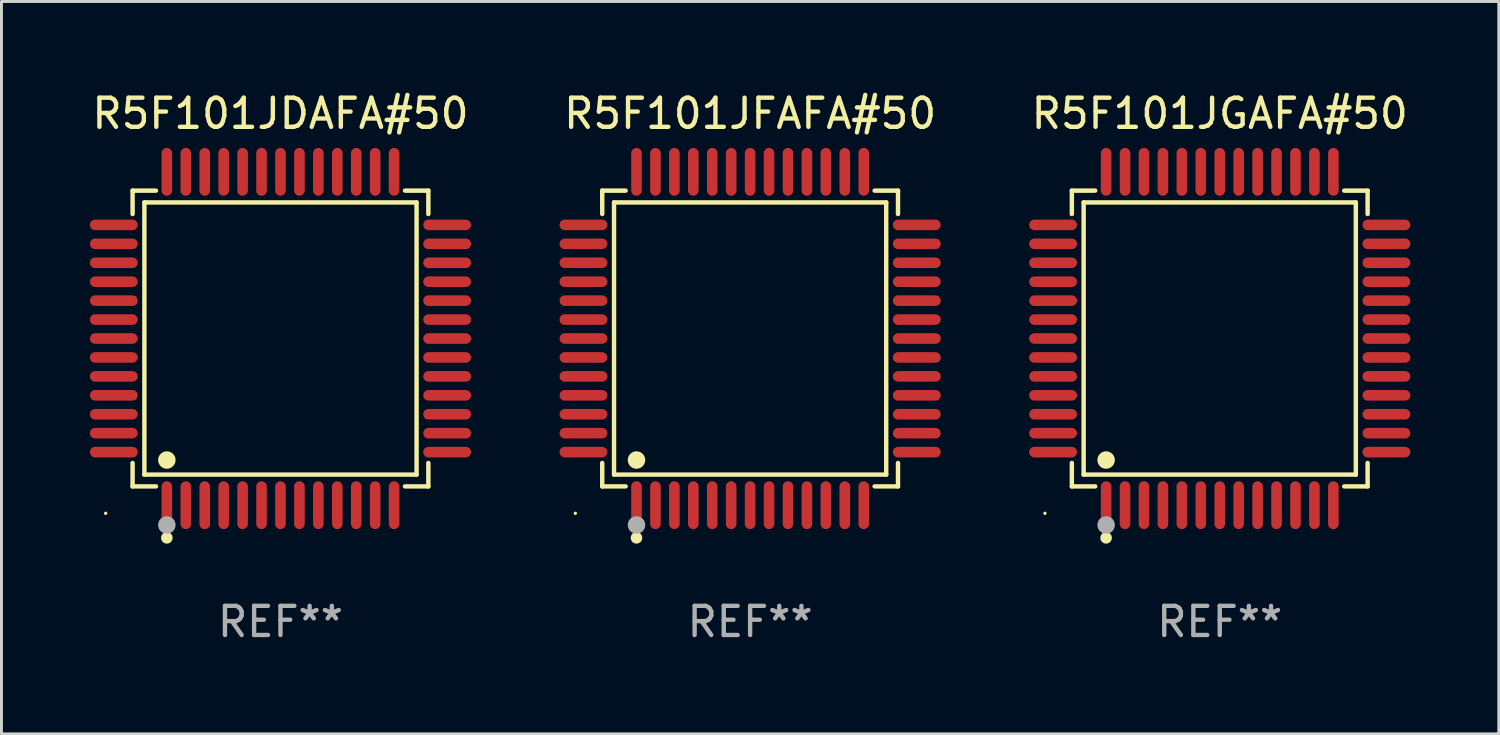
<source format=kicad_pcb>
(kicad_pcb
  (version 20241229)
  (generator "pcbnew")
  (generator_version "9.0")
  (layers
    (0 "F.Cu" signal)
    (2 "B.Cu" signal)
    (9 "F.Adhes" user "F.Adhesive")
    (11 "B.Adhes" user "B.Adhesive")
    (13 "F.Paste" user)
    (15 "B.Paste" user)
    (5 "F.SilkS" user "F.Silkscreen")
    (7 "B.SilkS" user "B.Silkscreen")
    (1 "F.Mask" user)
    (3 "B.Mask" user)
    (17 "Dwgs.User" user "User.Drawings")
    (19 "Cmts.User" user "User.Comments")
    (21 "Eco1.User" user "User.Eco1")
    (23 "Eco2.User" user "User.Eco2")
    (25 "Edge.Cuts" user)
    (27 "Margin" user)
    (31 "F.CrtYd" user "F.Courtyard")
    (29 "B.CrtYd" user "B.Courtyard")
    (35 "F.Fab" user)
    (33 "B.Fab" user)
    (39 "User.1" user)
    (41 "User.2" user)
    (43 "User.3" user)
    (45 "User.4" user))
  (footprint "R5F101JFAFA#50"
    (layer "F.Cu")
    (at 22.697 8.569)
    (property "Reference" "R5F101JFAFA#50" (at 0 -7.721 0) (layer "F.SilkS") (effects (font (size 1 1) (thickness 0.15))))
    (attr through_hole)
    (fp_line (start -5.076 -5.076) (end -4.273 -5.076) (stroke (width 0.152) (type solid)) (layer "F.SilkS"))
    (fp_line (start -5.076 -4.273) (end -5.076 -5.076) (stroke (width 0.152) (type solid)) (layer "F.SilkS"))
    (fp_line (start -5.076 4.273) (end -5.076 5.076) (stroke (width 0.152) (type solid)) (layer "F.SilkS"))
    (fp_line (start -5.076 5.076) (end -4.273 5.076) (stroke (width 0.152) (type solid)) (layer "F.SilkS"))
    (fp_line (start -4.671 -4.671) (end 4.671 -4.671) (stroke (width 0.152) (type solid)) (layer "F.SilkS"))
    (fp_line (start -4.671 4.671) (end -4.671 -4.671) (stroke (width 0.152) (type solid)) (layer "F.SilkS"))
    (fp_line (start 4.671 -4.671) (end 4.671 4.671) (stroke (width 0.152) (type solid)) (layer "F.SilkS"))
    (fp_line (start 4.671 4.671) (end -4.671 4.671) (stroke (width 0.152) (type solid)) (layer "F.SilkS"))
    (fp_line (start 5.076 -5.076) (end 4.273 -5.076) (stroke (width 0.152) (type solid)) (layer "F.SilkS"))
    (fp_line (start 5.076 -4.273) (end 5.076 -5.076) (stroke (width 0.152) (type solid)) (layer "F.SilkS"))
    (fp_line (start 5.076 4.273) (end 5.076 5.076) (stroke (width 0.152) (type solid)) (layer "F.SilkS"))
    (fp_line (start 5.076 5.076) (end 4.273 5.076) (stroke (width 0.152) (type solid)) (layer "F.SilkS"))
    (fp_circle (center -6 6) (end -5.97 6) (stroke (width 0.06) (type solid)) (fill no) (layer "F.SilkS"))
    (fp_circle (center -3.9 4.171) (end -3.75 4.171) (stroke (width 0.3) (type solid)) (fill no) (layer "F.SilkS"))
    (fp_circle (center -3.9 6.842) (end -3.8 6.842) (stroke (width 0.2) (type solid)) (fill no) (layer "F.SilkS"))
    (fp_circle (center -3.9 6.4) (end -3.75 6.4) (stroke (width 0.3) (type solid)) (fill no) (layer "F.Fab"))
    (fp_text user "REF**" (at 0 9.721 0) (layer "F.Fab") (effects (font (size 1 1) (thickness 0.15))))
    (pad "1" smd oval (at -3.9 5.721) (size 0.364 1.642) (layers "F.Cu" "F.Mask" "F.Paste"))
    (pad "2" smd oval (at -3.25 5.721) (size 0.364 1.642) (layers "F.Cu" "F.Mask" "F.Paste"))
    (pad "3" smd oval (at -2.6 5.721) (size 0.364 1.642) (layers "F.Cu" "F.Mask" "F.Paste"))
    (pad "4" smd oval (at -1.95 5.721) (size 0.364 1.642) (layers "F.Cu" "F.Mask" "F.Paste"))
    (pad "5" smd oval (at -1.3 5.721) (size 0.364 1.642) (layers "F.Cu" "F.Mask" "F.Paste"))
    (pad "6" smd oval (at -0.65 5.721) (size 0.364 1.642) (layers "F.Cu" "F.Mask" "F.Paste"))
    (pad "7" smd oval (at 0 5.721) (size 0.364 1.642) (layers "F.Cu" "F.Mask" "F.Paste"))
    (pad "8" smd oval (at 0.65 5.721) (size 0.364 1.642) (layers "F.Cu" "F.Mask" "F.Paste"))
    (pad "9" smd oval (at 1.3 5.721) (size 0.364 1.642) (layers "F.Cu" "F.Mask" "F.Paste"))
    (pad "10" smd oval (at 1.95 5.721) (size 0.364 1.642) (layers "F.Cu" "F.Mask" "F.Paste"))
    (pad "11" smd oval (at 2.6 5.721) (size 0.364 1.642) (layers "F.Cu" "F.Mask" "F.Paste"))
    (pad "12" smd oval (at 3.25 5.721) (size 0.364 1.642) (layers "F.Cu" "F.Mask" "F.Paste"))
    (pad "13" smd oval (at 3.9 5.721) (size 0.364 1.642) (layers "F.Cu" "F.Mask" "F.Paste"))
    (pad "14" smd oval (at 5.721 3.9) (size 1.642 0.364) (layers "F.Cu" "F.Mask" "F.Paste"))
    (pad "15" smd oval (at 5.721 3.25) (size 1.642 0.364) (layers "F.Cu" "F.Mask" "F.Paste"))
    (pad "16" smd oval (at 5.721 2.6) (size 1.642 0.364) (layers "F.Cu" "F.Mask" "F.Paste"))
    (pad "17" smd oval (at 5.721 1.95) (size 1.642 0.364) (layers "F.Cu" "F.Mask" "F.Paste"))
    (pad "18" smd oval (at 5.721 1.3) (size 1.642 0.364) (layers "F.Cu" "F.Mask" "F.Paste"))
    (pad "19" smd oval (at 5.721 0.65) (size 1.642 0.364) (layers "F.Cu" "F.Mask" "F.Paste"))
    (pad "20" smd oval (at 5.721 0) (size 1.642 0.364) (layers "F.Cu" "F.Mask" "F.Paste"))
    (pad "21" smd oval (at 5.721 -0.65) (size 1.642 0.364) (layers "F.Cu" "F.Mask" "F.Paste"))
    (pad "22" smd oval (at 5.721 -1.3) (size 1.642 0.364) (layers "F.Cu" "F.Mask" "F.Paste"))
    (pad "23" smd oval (at 5.721 -1.95) (size 1.642 0.364) (layers "F.Cu" "F.Mask" "F.Paste"))
    (pad "24" smd oval (at 5.721 -2.6) (size 1.642 0.364) (layers "F.Cu" "F.Mask" "F.Paste"))
    (pad "25" smd oval (at 5.721 -3.25) (size 1.642 0.364) (layers "F.Cu" "F.Mask" "F.Paste"))
    (pad "26" smd oval (at 5.721 -3.9) (size 1.642 0.364) (layers "F.Cu" "F.Mask" "F.Paste"))
    (pad "27" smd oval (at 3.9 -5.721) (size 0.364 1.642) (layers "F.Cu" "F.Mask" "F.Paste"))
    (pad "28" smd oval (at 3.25 -5.721) (size 0.364 1.642) (layers "F.Cu" "F.Mask" "F.Paste"))
    (pad "29" smd oval (at 2.6 -5.721) (size 0.364 1.642) (layers "F.Cu" "F.Mask" "F.Paste"))
    (pad "30" smd oval (at 1.95 -5.721) (size 0.364 1.642) (layers "F.Cu" "F.Mask" "F.Paste"))
    (pad "31" smd oval (at 1.3 -5.721) (size 0.364 1.642) (layers "F.Cu" "F.Mask" "F.Paste"))
    (pad "32" smd oval (at 0.65 -5.721) (size 0.364 1.642) (layers "F.Cu" "F.Mask" "F.Paste"))
    (pad "33" smd oval (at 0 -5.721) (size 0.364 1.642) (layers "F.Cu" "F.Mask" "F.Paste"))
    (pad "34" smd oval (at -0.65 -5.721) (size 0.364 1.642) (layers "F.Cu" "F.Mask" "F.Paste"))
    (pad "35" smd oval (at -1.3 -5.721) (size 0.364 1.642) (layers "F.Cu" "F.Mask" "F.Paste"))
    (pad "36" smd oval (at -1.95 -5.721) (size 0.364 1.642) (layers "F.Cu" "F.Mask" "F.Paste"))
    (pad "37" smd oval (at -2.6 -5.721) (size 0.364 1.642) (layers "F.Cu" "F.Mask" "F.Paste"))
    (pad "38" smd oval (at -3.25 -5.721) (size 0.364 1.642) (layers "F.Cu" "F.Mask" "F.Paste"))
    (pad "39" smd oval (at -3.9 -5.721) (size 0.364 1.642) (layers "F.Cu" "F.Mask" "F.Paste"))
    (pad "40" smd oval (at -5.721 -3.9) (size 1.642 0.364) (layers "F.Cu" "F.Mask" "F.Paste"))
    (pad "41" smd oval (at -5.721 -3.25) (size 1.642 0.364) (layers "F.Cu" "F.Mask" "F.Paste"))
    (pad "42" smd oval (at -5.721 -2.6) (size 1.642 0.364) (layers "F.Cu" "F.Mask" "F.Paste"))
    (pad "43" smd oval (at -5.721 -1.95) (size 1.642 0.364) (layers "F.Cu" "F.Mask" "F.Paste"))
    (pad "44" smd oval (at -5.721 -1.3) (size 1.642 0.364) (layers "F.Cu" "F.Mask" "F.Paste"))
    (pad "45" smd oval (at -5.721 -0.65) (size 1.642 0.364) (layers "F.Cu" "F.Mask" "F.Paste"))
    (pad "46" smd oval (at -5.721 0) (size 1.642 0.364) (layers "F.Cu" "F.Mask" "F.Paste"))
    (pad "47" smd oval (at -5.721 0.65) (size 1.642 0.364) (layers "F.Cu" "F.Mask" "F.Paste"))
    (pad "48" smd oval (at -5.721 1.3) (size 1.642 0.364) (layers "F.Cu" "F.Mask" "F.Paste"))
    (pad "49" smd oval (at -5.721 1.95) (size 1.642 0.364) (layers "F.Cu" "F.Mask" "F.Paste"))
    (pad "50" smd oval (at -5.721 2.6) (size 1.642 0.364) (layers "F.Cu" "F.Mask" "F.Paste"))
    (pad "51" smd oval (at -5.721 3.25) (size 1.642 0.364) (layers "F.Cu" "F.Mask" "F.Paste"))
    (pad "52" smd oval (at -5.721 3.9) (size 1.642 0.364) (layers "F.Cu" "F.Mask" "F.Paste")))
  (footprint "R5F101JDAFA#50"
    (layer "F.Cu")
    (at 6.577 8.569)
    (property "Reference" "R5F101JDAFA#50" (at 0 -7.721 0) (layer "F.SilkS") (effects (font (size 1 1) (thickness 0.15))))
    (attr through_hole)
    (fp_line (start -5.076 -5.076) (end -4.273 -5.076) (stroke (width 0.152) (type solid)) (layer "F.SilkS"))
    (fp_line (start -5.076 -4.273) (end -5.076 -5.076) (stroke (width 0.152) (type solid)) (layer "F.SilkS"))
    (fp_line (start -5.076 4.273) (end -5.076 5.076) (stroke (width 0.152) (type solid)) (layer "F.SilkS"))
    (fp_line (start -5.076 5.076) (end -4.273 5.076) (stroke (width 0.152) (type solid)) (layer "F.SilkS"))
    (fp_line (start -4.671 -4.671) (end 4.671 -4.671) (stroke (width 0.152) (type solid)) (layer "F.SilkS"))
    (fp_line (start -4.671 4.671) (end -4.671 -4.671) (stroke (width 0.152) (type solid)) (layer "F.SilkS"))
    (fp_line (start 4.671 -4.671) (end 4.671 4.671) (stroke (width 0.152) (type solid)) (layer "F.SilkS"))
    (fp_line (start 4.671 4.671) (end -4.671 4.671) (stroke (width 0.152) (type solid)) (layer "F.SilkS"))
    (fp_line (start 5.076 -5.076) (end 4.273 -5.076) (stroke (width 0.152) (type solid)) (layer "F.SilkS"))
    (fp_line (start 5.076 -4.273) (end 5.076 -5.076) (stroke (width 0.152) (type solid)) (layer "F.SilkS"))
    (fp_line (start 5.076 4.273) (end 5.076 5.076) (stroke (width 0.152) (type solid)) (layer "F.SilkS"))
    (fp_line (start 5.076 5.076) (end 4.273 5.076) (stroke (width 0.152) (type solid)) (layer "F.SilkS"))
    (fp_circle (center -6 6) (end -5.97 6) (stroke (width 0.06) (type solid)) (fill no) (layer "F.SilkS"))
    (fp_circle (center -3.9 4.171) (end -3.75 4.171) (stroke (width 0.3) (type solid)) (fill no) (layer "F.SilkS"))
    (fp_circle (center -3.9 6.842) (end -3.8 6.842) (stroke (width 0.2) (type solid)) (fill no) (layer "F.SilkS"))
    (fp_circle (center -3.9 6.4) (end -3.75 6.4) (stroke (width 0.3) (type solid)) (fill no) (layer "F.Fab"))
    (fp_text user "REF**" (at 0 9.721 0) (layer "F.Fab") (effects (font (size 1 1) (thickness 0.15))))
    (pad "1" smd oval (at -3.9 5.721) (size 0.364 1.642) (layers "F.Cu" "F.Mask" "F.Paste"))
    (pad "2" smd oval (at -3.25 5.721) (size 0.364 1.642) (layers "F.Cu" "F.Mask" "F.Paste"))
    (pad "3" smd oval (at -2.6 5.721) (size 0.364 1.642) (layers "F.Cu" "F.Mask" "F.Paste"))
    (pad "4" smd oval (at -1.95 5.721) (size 0.364 1.642) (layers "F.Cu" "F.Mask" "F.Paste"))
    (pad "5" smd oval (at -1.3 5.721) (size 0.364 1.642) (layers "F.Cu" "F.Mask" "F.Paste"))
    (pad "6" smd oval (at -0.65 5.721) (size 0.364 1.642) (layers "F.Cu" "F.Mask" "F.Paste"))
    (pad "7" smd oval (at 0 5.721) (size 0.364 1.642) (layers "F.Cu" "F.Mask" "F.Paste"))
    (pad "8" smd oval (at 0.65 5.721) (size 0.364 1.642) (layers "F.Cu" "F.Mask" "F.Paste"))
    (pad "9" smd oval (at 1.3 5.721) (size 0.364 1.642) (layers "F.Cu" "F.Mask" "F.Paste"))
    (pad "10" smd oval (at 1.95 5.721) (size 0.364 1.642) (layers "F.Cu" "F.Mask" "F.Paste"))
    (pad "11" smd oval (at 2.6 5.721) (size 0.364 1.642) (layers "F.Cu" "F.Mask" "F.Paste"))
    (pad "12" smd oval (at 3.25 5.721) (size 0.364 1.642) (layers "F.Cu" "F.Mask" "F.Paste"))
    (pad "13" smd oval (at 3.9 5.721) (size 0.364 1.642) (layers "F.Cu" "F.Mask" "F.Paste"))
    (pad "14" smd oval (at 5.721 3.9) (size 1.642 0.364) (layers "F.Cu" "F.Mask" "F.Paste"))
    (pad "15" smd oval (at 5.721 3.25) (size 1.642 0.364) (layers "F.Cu" "F.Mask" "F.Paste"))
    (pad "16" smd oval (at 5.721 2.6) (size 1.642 0.364) (layers "F.Cu" "F.Mask" "F.Paste"))
    (pad "17" smd oval (at 5.721 1.95) (size 1.642 0.364) (layers "F.Cu" "F.Mask" "F.Paste"))
    (pad "18" smd oval (at 5.721 1.3) (size 1.642 0.364) (layers "F.Cu" "F.Mask" "F.Paste"))
    (pad "19" smd oval (at 5.721 0.65) (size 1.642 0.364) (layers "F.Cu" "F.Mask" "F.Paste"))
    (pad "20" smd oval (at 5.721 0) (size 1.642 0.364) (layers "F.Cu" "F.Mask" "F.Paste"))
    (pad "21" smd oval (at 5.721 -0.65) (size 1.642 0.364) (layers "F.Cu" "F.Mask" "F.Paste"))
    (pad "22" smd oval (at 5.721 -1.3) (size 1.642 0.364) (layers "F.Cu" "F.Mask" "F.Paste"))
    (pad "23" smd oval (at 5.721 -1.95) (size 1.642 0.364) (layers "F.Cu" "F.Mask" "F.Paste"))
    (pad "24" smd oval (at 5.721 -2.6) (size 1.642 0.364) (layers "F.Cu" "F.Mask" "F.Paste"))
    (pad "25" smd oval (at 5.721 -3.25) (size 1.642 0.364) (layers "F.Cu" "F.Mask" "F.Paste"))
    (pad "26" smd oval (at 5.721 -3.9) (size 1.642 0.364) (layers "F.Cu" "F.Mask" "F.Paste"))
    (pad "27" smd oval (at 3.9 -5.721) (size 0.364 1.642) (layers "F.Cu" "F.Mask" "F.Paste"))
    (pad "28" smd oval (at 3.25 -5.721) (size 0.364 1.642) (layers "F.Cu" "F.Mask" "F.Paste"))
    (pad "29" smd oval (at 2.6 -5.721) (size 0.364 1.642) (layers "F.Cu" "F.Mask" "F.Paste"))
    (pad "30" smd oval (at 1.95 -5.721) (size 0.364 1.642) (layers "F.Cu" "F.Mask" "F.Paste"))
    (pad "31" smd oval (at 1.3 -5.721) (size 0.364 1.642) (layers "F.Cu" "F.Mask" "F.Paste"))
    (pad "32" smd oval (at 0.65 -5.721) (size 0.364 1.642) (layers "F.Cu" "F.Mask" "F.Paste"))
    (pad "33" smd oval (at 0 -5.721) (size 0.364 1.642) (layers "F.Cu" "F.Mask" "F.Paste"))
    (pad "34" smd oval (at -0.65 -5.721) (size 0.364 1.642) (layers "F.Cu" "F.Mask" "F.Paste"))
    (pad "35" smd oval (at -1.3 -5.721) (size 0.364 1.642) (layers "F.Cu" "F.Mask" "F.Paste"))
    (pad "36" smd oval (at -1.95 -5.721) (size 0.364 1.642) (layers "F.Cu" "F.Mask" "F.Paste"))
    (pad "37" smd oval (at -2.6 -5.721) (size 0.364 1.642) (layers "F.Cu" "F.Mask" "F.Paste"))
    (pad "38" smd oval (at -3.25 -5.721) (size 0.364 1.642) (layers "F.Cu" "F.Mask" "F.Paste"))
    (pad "39" smd oval (at -3.9 -5.721) (size 0.364 1.642) (layers "F.Cu" "F.Mask" "F.Paste"))
    (pad "40" smd oval (at -5.721 -3.9) (size 1.642 0.364) (layers "F.Cu" "F.Mask" "F.Paste"))
    (pad "41" smd oval (at -5.721 -3.25) (size 1.642 0.364) (layers "F.Cu" "F.Mask" "F.Paste"))
    (pad "42" smd oval (at -5.721 -2.6) (size 1.642 0.364) (layers "F.Cu" "F.Mask" "F.Paste"))
    (pad "43" smd oval (at -5.721 -1.95) (size 1.642 0.364) (layers "F.Cu" "F.Mask" "F.Paste"))
    (pad "44" smd oval (at -5.721 -1.3) (size 1.642 0.364) (layers "F.Cu" "F.Mask" "F.Paste"))
    (pad "45" smd oval (at -5.721 -0.65) (size 1.642 0.364) (layers "F.Cu" "F.Mask" "F.Paste"))
    (pad "46" smd oval (at -5.721 0) (size 1.642 0.364) (layers "F.Cu" "F.Mask" "F.Paste"))
    (pad "47" smd oval (at -5.721 0.65) (size 1.642 0.364) (layers "F.Cu" "F.Mask" "F.Paste"))
    (pad "48" smd oval (at -5.721 1.3) (size 1.642 0.364) (layers "F.Cu" "F.Mask" "F.Paste"))
    (pad "49" smd oval (at -5.721 1.95) (size 1.642 0.364) (layers "F.Cu" "F.Mask" "F.Paste"))
    (pad "50" smd oval (at -5.721 2.6) (size 1.642 0.364) (layers "F.Cu" "F.Mask" "F.Paste"))
    (pad "51" smd oval (at -5.721 3.25) (size 1.642 0.364) (layers "F.Cu" "F.Mask" "F.Paste"))
    (pad "52" smd oval (at -5.721 3.9) (size 1.642 0.364) (layers "F.Cu" "F.Mask" "F.Paste")))
  (footprint "R5F101JGAFA#50"
    (layer "F.Cu")
    (at 38.816 8.569)
    (property "Reference" "R5F101JGAFA#50" (at 0 -7.721 0) (layer "F.SilkS") (effects (font (size 1 1) (thickness 0.15))))
    (attr through_hole)
    (fp_line (start -5.076 -5.076) (end -4.273 -5.076) (stroke (width 0.152) (type solid)) (layer "F.SilkS"))
    (fp_line (start -5.076 -4.273) (end -5.076 -5.076) (stroke (width 0.152) (type solid)) (layer "F.SilkS"))
    (fp_line (start -5.076 4.273) (end -5.076 5.076) (stroke (width 0.152) (type solid)) (layer "F.SilkS"))
    (fp_line (start -5.076 5.076) (end -4.273 5.076) (stroke (width 0.152) (type solid)) (layer "F.SilkS"))
    (fp_line (start -4.671 -4.671) (end 4.671 -4.671) (stroke (width 0.152) (type solid)) (layer "F.SilkS"))
    (fp_line (start -4.671 4.671) (end -4.671 -4.671) (stroke (width 0.152) (type solid)) (layer "F.SilkS"))
    (fp_line (start 4.671 -4.671) (end 4.671 4.671) (stroke (width 0.152) (type solid)) (layer "F.SilkS"))
    (fp_line (start 4.671 4.671) (end -4.671 4.671) (stroke (width 0.152) (type solid)) (layer "F.SilkS"))
    (fp_line (start 5.076 -5.076) (end 4.273 -5.076) (stroke (width 0.152) (type solid)) (layer "F.SilkS"))
    (fp_line (start 5.076 -4.273) (end 5.076 -5.076) (stroke (width 0.152) (type solid)) (layer "F.SilkS"))
    (fp_line (start 5.076 4.273) (end 5.076 5.076) (stroke (width 0.152) (type solid)) (layer "F.SilkS"))
    (fp_line (start 5.076 5.076) (end 4.273 5.076) (stroke (width 0.152) (type solid)) (layer "F.SilkS"))
    (fp_circle (center -6 6) (end -5.97 6) (stroke (width 0.06) (type solid)) (fill no) (layer "F.SilkS"))
    (fp_circle (center -3.9 4.171) (end -3.75 4.171) (stroke (width 0.3) (type solid)) (fill no) (layer "F.SilkS"))
    (fp_circle (center -3.9 6.842) (end -3.8 6.842) (stroke (width 0.2) (type solid)) (fill no) (layer "F.SilkS"))
    (fp_circle (center -3.9 6.4) (end -3.75 6.4) (stroke (width 0.3) (type solid)) (fill no) (layer "F.Fab"))
    (fp_text user "REF**" (at 0 9.721 0) (layer "F.Fab") (effects (font (size 1 1) (thickness 0.15))))
    (pad "1" smd oval (at -3.9 5.721) (size 0.364 1.642) (layers "F.Cu" "F.Mask" "F.Paste"))
    (pad "2" smd oval (at -3.25 5.721) (size 0.364 1.642) (layers "F.Cu" "F.Mask" "F.Paste"))
    (pad "3" smd oval (at -2.6 5.721) (size 0.364 1.642) (layers "F.Cu" "F.Mask" "F.Paste"))
    (pad "4" smd oval (at -1.95 5.721) (size 0.364 1.642) (layers "F.Cu" "F.Mask" "F.Paste"))
    (pad "5" smd oval (at -1.3 5.721) (size 0.364 1.642) (layers "F.Cu" "F.Mask" "F.Paste"))
    (pad "6" smd oval (at -0.65 5.721) (size 0.364 1.642) (layers "F.Cu" "F.Mask" "F.Paste"))
    (pad "7" smd oval (at 0 5.721) (size 0.364 1.642) (layers "F.Cu" "F.Mask" "F.Paste"))
    (pad "8" smd oval (at 0.65 5.721) (size 0.364 1.642) (layers "F.Cu" "F.Mask" "F.Paste"))
    (pad "9" smd oval (at 1.3 5.721) (size 0.364 1.642) (layers "F.Cu" "F.Mask" "F.Paste"))
    (pad "10" smd oval (at 1.95 5.721) (size 0.364 1.642) (layers "F.Cu" "F.Mask" "F.Paste"))
    (pad "11" smd oval (at 2.6 5.721) (size 0.364 1.642) (layers "F.Cu" "F.Mask" "F.Paste"))
    (pad "12" smd oval (at 3.25 5.721) (size 0.364 1.642) (layers "F.Cu" "F.Mask" "F.Paste"))
    (pad "13" smd oval (at 3.9 5.721) (size 0.364 1.642) (layers "F.Cu" "F.Mask" "F.Paste"))
    (pad "14" smd oval (at 5.721 3.9) (size 1.642 0.364) (layers "F.Cu" "F.Mask" "F.Paste"))
    (pad "15" smd oval (at 5.721 3.25) (size 1.642 0.364) (layers "F.Cu" "F.Mask" "F.Paste"))
    (pad "16" smd oval (at 5.721 2.6) (size 1.642 0.364) (layers "F.Cu" "F.Mask" "F.Paste"))
    (pad "17" smd oval (at 5.721 1.95) (size 1.642 0.364) (layers "F.Cu" "F.Mask" "F.Paste"))
    (pad "18" smd oval (at 5.721 1.3) (size 1.642 0.364) (layers "F.Cu" "F.Mask" "F.Paste"))
    (pad "19" smd oval (at 5.721 0.65) (size 1.642 0.364) (layers "F.Cu" "F.Mask" "F.Paste"))
    (pad "20" smd oval (at 5.721 0) (size 1.642 0.364) (layers "F.Cu" "F.Mask" "F.Paste"))
    (pad "21" smd oval (at 5.721 -0.65) (size 1.642 0.364) (layers "F.Cu" "F.Mask" "F.Paste"))
    (pad "22" smd oval (at 5.721 -1.3) (size 1.642 0.364) (layers "F.Cu" "F.Mask" "F.Paste"))
    (pad "23" smd oval (at 5.721 -1.95) (size 1.642 0.364) (layers "F.Cu" "F.Mask" "F.Paste"))
    (pad "24" smd oval (at 5.721 -2.6) (size 1.642 0.364) (layers "F.Cu" "F.Mask" "F.Paste"))
    (pad "25" smd oval (at 5.721 -3.25) (size 1.642 0.364) (layers "F.Cu" "F.Mask" "F.Paste"))
    (pad "26" smd oval (at 5.721 -3.9) (size 1.642 0.364) (layers "F.Cu" "F.Mask" "F.Paste"))
    (pad "27" smd oval (at 3.9 -5.721) (size 0.364 1.642) (layers "F.Cu" "F.Mask" "F.Paste"))
    (pad "28" smd oval (at 3.25 -5.721) (size 0.364 1.642) (layers "F.Cu" "F.Mask" "F.Paste"))
    (pad "29" smd oval (at 2.6 -5.721) (size 0.364 1.642) (layers "F.Cu" "F.Mask" "F.Paste"))
    (pad "30" smd oval (at 1.95 -5.721) (size 0.364 1.642) (layers "F.Cu" "F.Mask" "F.Paste"))
    (pad "31" smd oval (at 1.3 -5.721) (size 0.364 1.642) (layers "F.Cu" "F.Mask" "F.Paste"))
    (pad "32" smd oval (at 0.65 -5.721) (size 0.364 1.642) (layers "F.Cu" "F.Mask" "F.Paste"))
    (pad "33" smd oval (at 0 -5.721) (size 0.364 1.642) (layers "F.Cu" "F.Mask" "F.Paste"))
    (pad "34" smd oval (at -0.65 -5.721) (size 0.364 1.642) (layers "F.Cu" "F.Mask" "F.Paste"))
    (pad "35" smd oval (at -1.3 -5.721) (size 0.364 1.642) (layers "F.Cu" "F.Mask" "F.Paste"))
    (pad "36" smd oval (at -1.95 -5.721) (size 0.364 1.642) (layers "F.Cu" "F.Mask" "F.Paste"))
    (pad "37" smd oval (at -2.6 -5.721) (size 0.364 1.642) (layers "F.Cu" "F.Mask" "F.Paste"))
    (pad "38" smd oval (at -3.25 -5.721) (size 0.364 1.642) (layers "F.Cu" "F.Mask" "F.Paste"))
    (pad "39" smd oval (at -3.9 -5.721) (size 0.364 1.642) (layers "F.Cu" "F.Mask" "F.Paste"))
    (pad "40" smd oval (at -5.721 -3.9) (size 1.642 0.364) (layers "F.Cu" "F.Mask" "F.Paste"))
    (pad "41" smd oval (at -5.721 -3.25) (size 1.642 0.364) (layers "F.Cu" "F.Mask" "F.Paste"))
    (pad "42" smd oval (at -5.721 -2.6) (size 1.642 0.364) (layers "F.Cu" "F.Mask" "F.Paste"))
    (pad "43" smd oval (at -5.721 -1.95) (size 1.642 0.364) (layers "F.Cu" "F.Mask" "F.Paste"))
    (pad "44" smd oval (at -5.721 -1.3) (size 1.642 0.364) (layers "F.Cu" "F.Mask" "F.Paste"))
    (pad "45" smd oval (at -5.721 -0.65) (size 1.642 0.364) (layers "F.Cu" "F.Mask" "F.Paste"))
    (pad "46" smd oval (at -5.721 0) (size 1.642 0.364) (layers "F.Cu" "F.Mask" "F.Paste"))
    (pad "47" smd oval (at -5.721 0.65) (size 1.642 0.364) (layers "F.Cu" "F.Mask" "F.Paste"))
    (pad "48" smd oval (at -5.721 1.3) (size 1.642 0.364) (layers "F.Cu" "F.Mask" "F.Paste"))
    (pad "49" smd oval (at -5.721 1.95) (size 1.642 0.364) (layers "F.Cu" "F.Mask" "F.Paste"))
    (pad "50" smd oval (at -5.721 2.6) (size 1.642 0.364) (layers "F.Cu" "F.Mask" "F.Paste"))
    (pad "51" smd oval (at -5.721 3.25) (size 1.642 0.364) (layers "F.Cu" "F.Mask" "F.Paste"))
    (pad "52" smd oval (at -5.721 3.9) (size 1.642 0.364) (layers "F.Cu" "F.Mask" "F.Paste")))
  (gr_rect
    (start -3 -3)
    (end 48.394 22.139)
    (stroke (width 0.1) (type default))
    (fill no)
    (layer "Edge.Cuts")))
</source>
